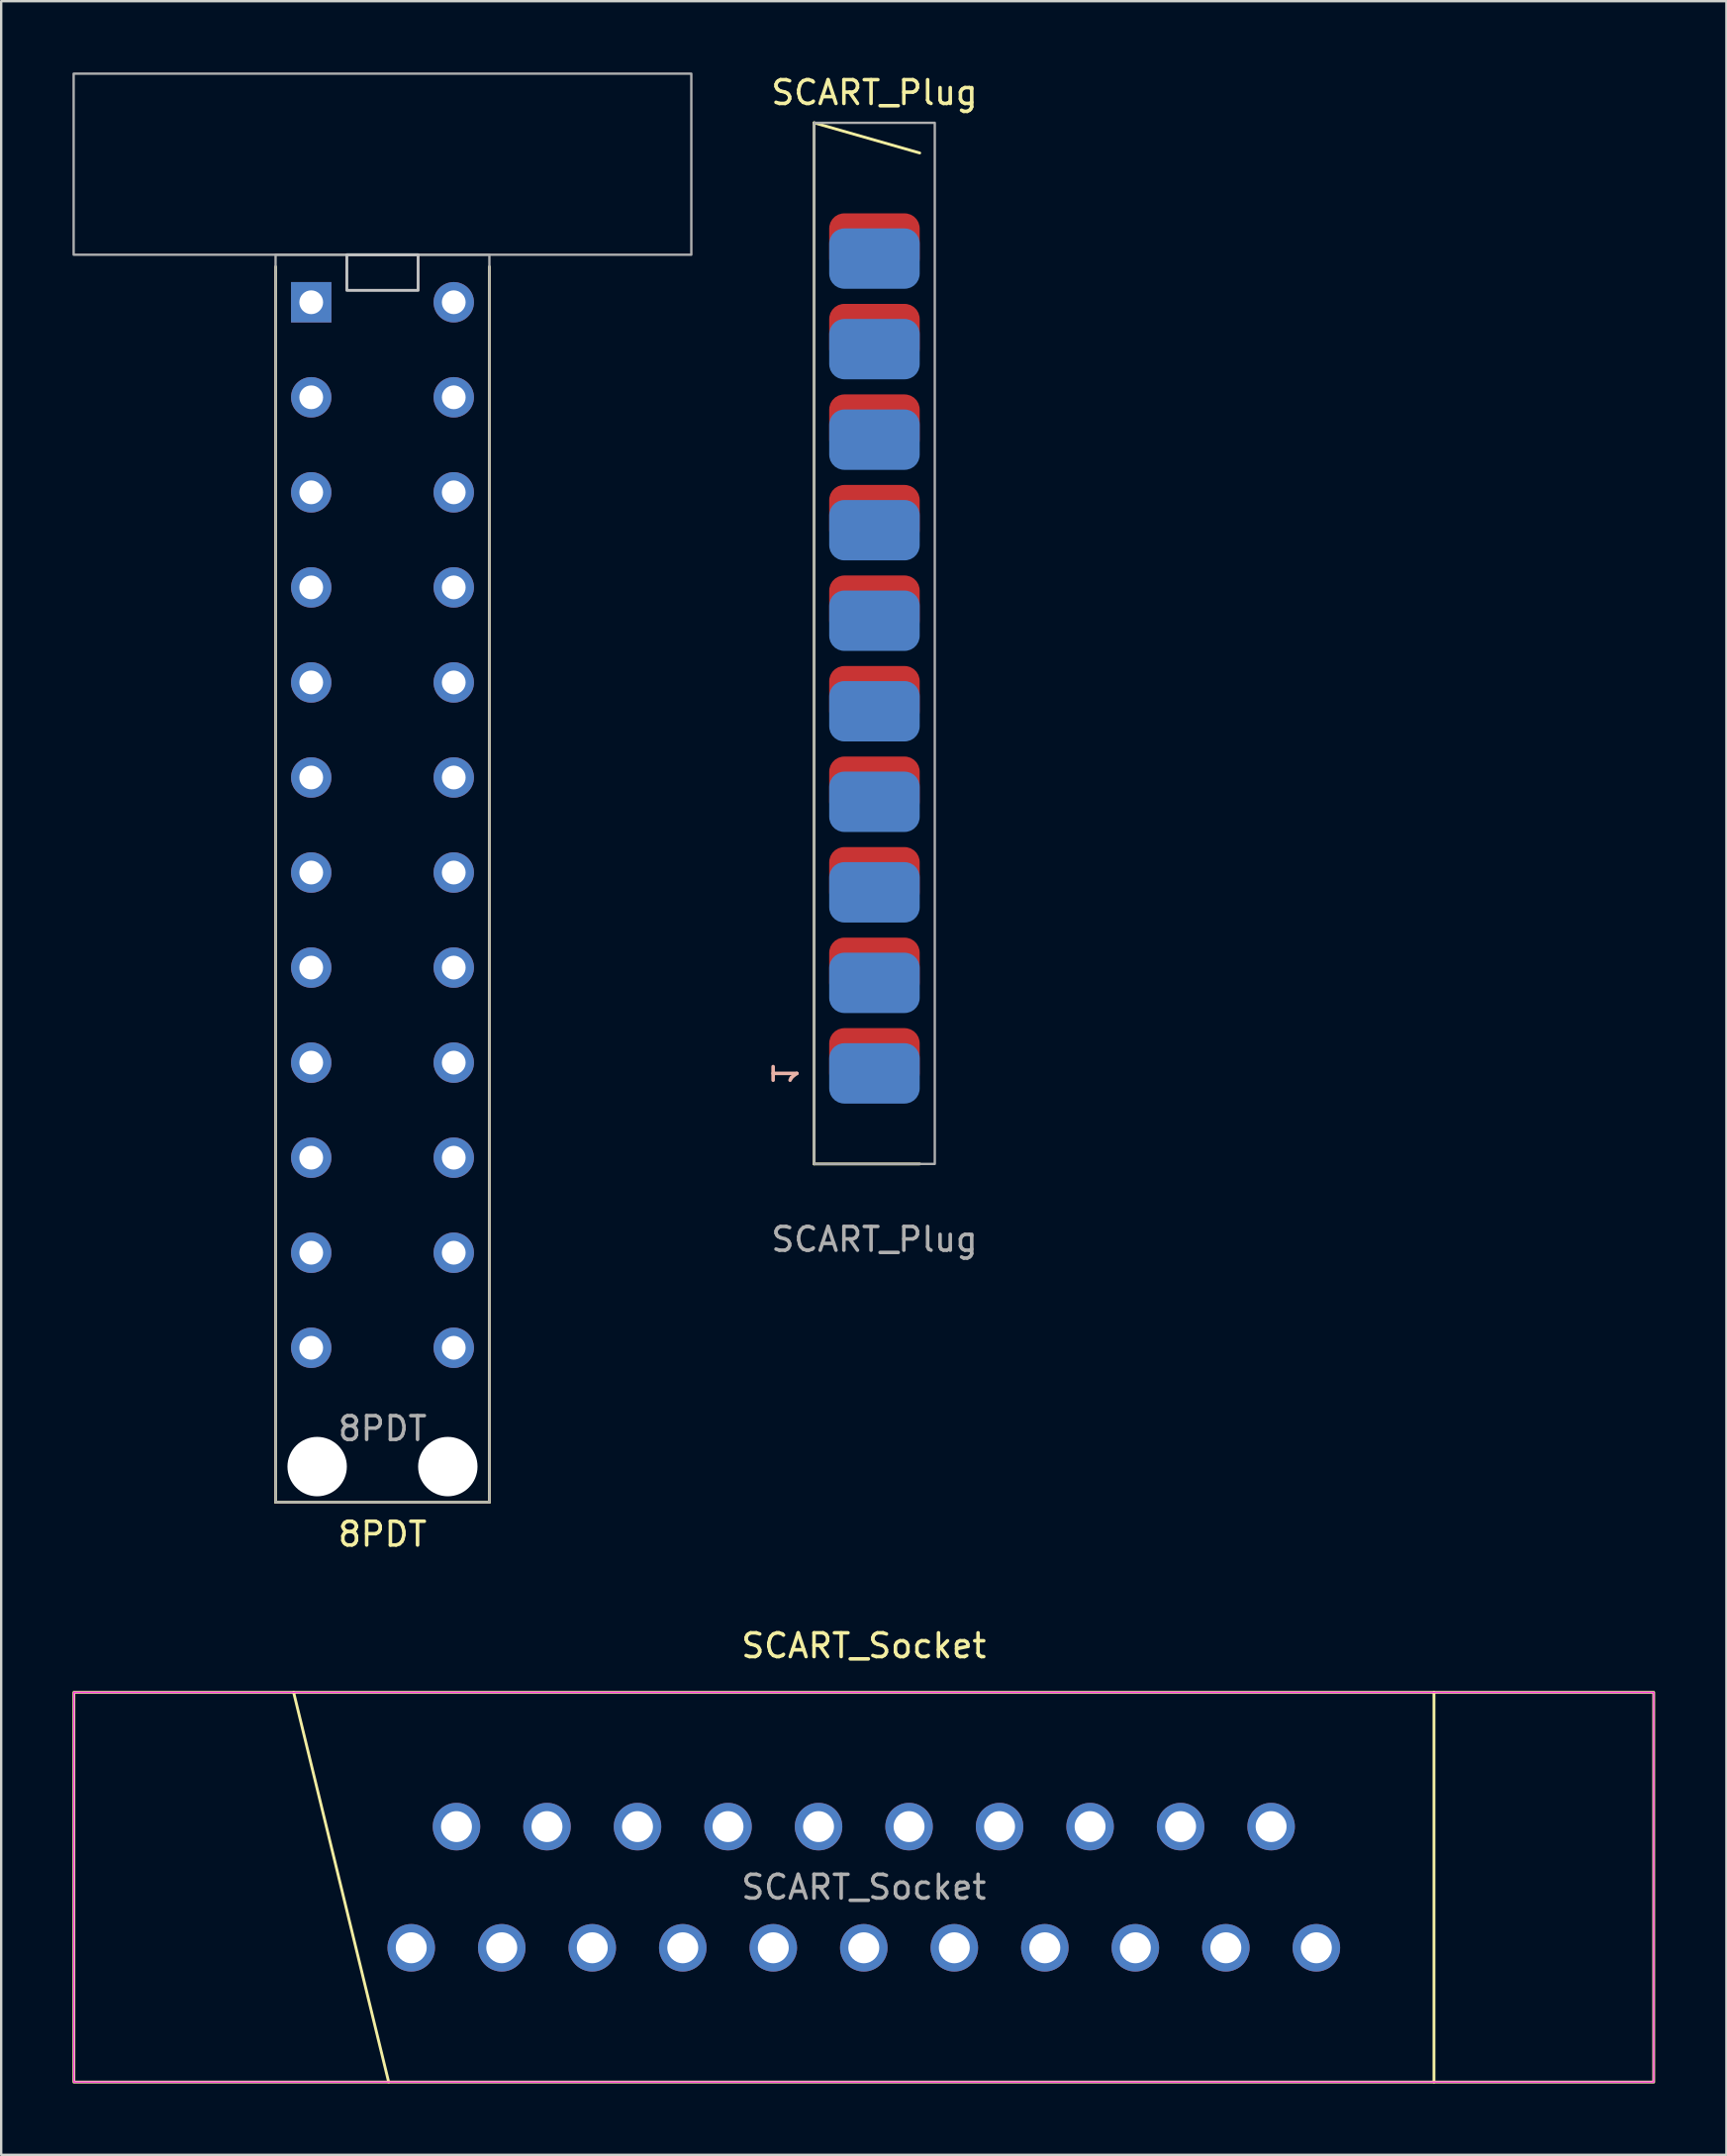
<source format=kicad_pcb>
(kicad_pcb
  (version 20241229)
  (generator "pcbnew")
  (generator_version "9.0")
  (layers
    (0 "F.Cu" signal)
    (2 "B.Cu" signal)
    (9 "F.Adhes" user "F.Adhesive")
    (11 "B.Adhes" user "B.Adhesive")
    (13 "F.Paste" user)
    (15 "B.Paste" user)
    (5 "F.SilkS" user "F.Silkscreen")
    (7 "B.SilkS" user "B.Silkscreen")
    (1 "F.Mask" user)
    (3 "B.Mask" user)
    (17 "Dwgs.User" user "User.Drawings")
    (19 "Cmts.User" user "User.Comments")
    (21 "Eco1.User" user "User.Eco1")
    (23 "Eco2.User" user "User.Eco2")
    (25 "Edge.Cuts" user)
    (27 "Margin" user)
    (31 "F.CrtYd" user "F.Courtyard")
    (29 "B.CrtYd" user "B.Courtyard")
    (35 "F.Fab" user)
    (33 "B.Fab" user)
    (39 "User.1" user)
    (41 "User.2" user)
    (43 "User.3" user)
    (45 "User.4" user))
  (footprint "SCART_Plug"
    (layer "F.Cu")
    (at 33.758 24.978)
    (property "Reference" "SCART_Plug" (at 0 -24.13 0) (unlocked yes) (layer "F.SilkS") (effects (font (size 1 1) (thickness 0.15))))
    (attr smd)
    (fp_line (start -2.54 -22.86) (end -2.54 20.955) (stroke (width 0.12) (type default)) (layer "F.SilkS"))
    (fp_line (start -2.54 -22.86) (end 1.905 -21.59) (stroke (width 0.12) (type default)) (layer "F.SilkS"))
    (fp_line (start -2.54 20.955) (end 1.905 20.955) (stroke (width 0.12) (type default)) (layer "F.SilkS"))
    (fp_rect (start -2.54 -22.86) (end 2.54 20.955) (stroke (width 0.1) (type default)) (fill no) (layer "F.Fab"))
    (fp_text user "1" (at -3.81 17.145 270) (unlocked yes) (layer "B.SilkS") (effects (font (size 1 1) (thickness 0.15)) (justify mirror)))
    (fp_text user "${REFERENCE}" (at 0 24.13 0) (unlocked yes) (layer "F.Fab") (effects (font (size 1 1) (thickness 0.15))))
    (pad "1" smd roundrect (at 0 17.145 270) (size 2.54 3.81) (layers "B.Cu" "B.Mask" "B.Paste") (roundrect_rratio 0.25))
    (pad "2" smd roundrect (at 0 16.51 270) (size 2.54 3.81) (layers "F.Cu" "F.Mask" "F.Paste") (roundrect_rratio 0.25))
    (pad "3" smd roundrect (at 0 13.335 270) (size 2.54 3.81) (layers "B.Cu" "B.Mask" "B.Paste") (roundrect_rratio 0.25))
    (pad "4" smd roundrect (at 0 12.7 270) (size 2.54 3.81) (layers "F.Cu" "F.Mask" "F.Paste") (roundrect_rratio 0.25))
    (pad "5" smd roundrect (at 0 9.525 270) (size 2.54 3.81) (layers "B.Cu" "B.Mask" "B.Paste") (roundrect_rratio 0.25))
    (pad "6" smd roundrect (at 0 8.89 270) (size 2.54 3.81) (layers "F.Cu" "F.Mask" "F.Paste") (roundrect_rratio 0.25))
    (pad "7" smd roundrect (at 0 5.715 270) (size 2.54 3.81) (layers "B.Cu" "B.Mask" "B.Paste") (roundrect_rratio 0.25))
    (pad "8" smd roundrect (at 0 5.08 270) (size 2.54 3.81) (layers "F.Cu" "F.Mask" "F.Paste") (roundrect_rratio 0.25))
    (pad "9" smd roundrect (at 0 1.905 270) (size 2.54 3.81) (layers "B.Cu" "B.Mask" "B.Paste") (roundrect_rratio 0.25))
    (pad "10" smd roundrect (at 0 1.27 270) (size 2.54 3.81) (layers "F.Cu" "F.Mask" "F.Paste") (roundrect_rratio 0.25))
    (pad "11" smd roundrect (at 0 -1.905 270) (size 2.54 3.81) (layers "B.Cu" "B.Mask" "B.Paste") (roundrect_rratio 0.25))
    (pad "12" smd roundrect (at 0 -2.54 270) (size 2.54 3.81) (layers "F.Cu" "F.Mask" "F.Paste") (roundrect_rratio 0.25))
    (pad "13" smd roundrect (at 0 -5.715 270) (size 2.54 3.81) (layers "B.Cu" "B.Mask" "B.Paste") (roundrect_rratio 0.25))
    (pad "14" smd roundrect (at 0 -6.35 270) (size 2.54 3.81) (layers "F.Cu" "F.Mask" "F.Paste") (roundrect_rratio 0.25))
    (pad "15" smd roundrect (at 0 -9.525 270) (size 2.54 3.81) (layers "B.Cu" "B.Mask" "B.Paste") (roundrect_rratio 0.25))
    (pad "16" smd roundrect (at 0 -10.16 270) (size 2.54 3.81) (layers "F.Cu" "F.Mask" "F.Paste") (roundrect_rratio 0.25))
    (pad "17" smd roundrect (at 0 -13.335 270) (size 2.54 3.81) (layers "B.Cu" "B.Mask" "B.Paste") (roundrect_rratio 0.25))
    (pad "18" smd roundrect (at 0 -13.97 270) (size 2.54 3.81) (layers "F.Cu" "F.Mask" "F.Paste") (roundrect_rratio 0.25))
    (pad "19" smd roundrect (at 0 -17.145 270) (size 2.54 3.81) (layers "B.Cu" "B.Mask" "B.Paste") (roundrect_rratio 0.25))
    (pad "20" smd roundrect (at 0 -17.78 270) (size 2.54 3.81) (layers "F.Cu" "F.Mask" "F.Paste") (roundrect_rratio 0.25)))
  (footprint "SCART_Socket"
    (layer "F.Cu")
    (at 33.31 76.371)
    (property "Reference" "SCART_Socket" (at 0 -10.16 0) (layer "F.SilkS") (effects (font (size 1 1) (thickness 0.15))))
    (attr through_hole)
    (fp_line (start -24 -8.2) (end -20 8.2) (stroke (width 0.12) (type default)) (layer "F.SilkS"))
    (fp_line (start 24 -8.2) (end 24 8.2) (stroke (width 0.12) (type default)) (layer "F.SilkS"))
    (fp_rect (start -33.25 -8.2) (end 33.25 8.2) (stroke (width 0.12) (type default)) (fill no) (layer "F.SilkS"))
    (fp_rect (start -33.25 -8.2) (end 33.25 8.2) (stroke (width 0.05) (type default)) (fill no) (layer "F.CrtYd"))
    (fp_text user "${REFERENCE}" (at 0 0 0) (layer "F.Fab") (effects (font (size 1 1) (thickness 0.15))))
    (pad "1" thru_hole oval (at 19.05 2.55) (size 2 2) (drill 1.3) (layers "*.Cu" "*.Mask"))
    (pad "2" thru_hole oval (at 17.145 -2.55) (size 2 2) (drill 1.3) (layers "*.Cu" "*.Mask"))
    (pad "3" thru_hole oval (at 15.24 2.55) (size 2 2) (drill 1.3) (layers "*.Cu" "*.Mask"))
    (pad "4" thru_hole oval (at 13.335 -2.55) (size 2 2) (drill 1.3) (layers "*.Cu" "*.Mask"))
    (pad "5" thru_hole oval (at 11.43 2.55) (size 2 2) (drill 1.3) (layers "*.Cu" "*.Mask"))
    (pad "6" thru_hole oval (at 9.525 -2.55) (size 2 2) (drill 1.3) (layers "*.Cu" "*.Mask"))
    (pad "7" thru_hole oval (at 7.62 2.55) (size 2 2) (drill 1.3) (layers "*.Cu" "*.Mask"))
    (pad "8" thru_hole oval (at 5.715 -2.55) (size 2 2) (drill 1.3) (layers "*.Cu" "*.Mask"))
    (pad "9" thru_hole oval (at 3.81 2.55) (size 2 2) (drill 1.3) (layers "*.Cu" "*.Mask"))
    (pad "10" thru_hole oval (at 1.905 -2.55) (size 2 2) (drill 1.3) (layers "*.Cu" "*.Mask"))
    (pad "11" thru_hole oval (at 0 2.55) (size 2 2) (drill 1.3) (layers "*.Cu" "*.Mask"))
    (pad "12" thru_hole oval (at -1.905 -2.55) (size 2 2) (drill 1.3) (layers "*.Cu" "*.Mask"))
    (pad "13" thru_hole oval (at -3.81 2.55) (size 2 2) (drill 1.3) (layers "*.Cu" "*.Mask"))
    (pad "14" thru_hole oval (at -5.715 -2.55) (size 2 2) (drill 1.3) (layers "*.Cu" "*.Mask"))
    (pad "15" thru_hole oval (at -7.62 2.55) (size 2 2) (drill 1.3) (layers "*.Cu" "*.Mask"))
    (pad "16" thru_hole oval (at -9.525 -2.55) (size 2 2) (drill 1.3) (layers "*.Cu" "*.Mask"))
    (pad "17" thru_hole oval (at -11.43 2.55) (size 2 2) (drill 1.3) (layers "*.Cu" "*.Mask"))
    (pad "18" thru_hole oval (at -13.335 -2.55) (size 2 2) (drill 1.3) (layers "*.Cu" "*.Mask"))
    (pad "19" thru_hole oval (at -15.24 2.55) (size 2 2) (drill 1.3) (layers "*.Cu" "*.Mask"))
    (pad "20" thru_hole oval (at -17.145 -2.55) (size 2 2) (drill 1.3) (layers "*.Cu" "*.Mask"))
    (pad "21" thru_hole oval (at -19.05 2.55) (size 2 2) (drill 1.3) (layers "*.Cu" "*.Mask")))
  (footprint "8PDT"
    (layer "F.Cu")
    (at 13.05 31.67)
    (property "Reference" "8PDT" (at 0 29.845 0) (layer "F.SilkS") (effects (font (size 1 1) (thickness 0.15))))
    (attr through_hole)
    (fp_line (start -4.5 -23.495) (end -4.5 28.5) (stroke (width 0.12) (type default)) (layer "F.SilkS"))
    (fp_line (start -4.5 28.5) (end 4.5 28.5) (stroke (width 0.12) (type default)) (layer "F.SilkS"))
    (fp_line (start 4.5 28.5) (end 4.5 -23.495) (stroke (width 0.12) (type default)) (layer "F.SilkS"))
    (fp_rect (start -1.5 -24) (end 1.5 -22.5) (stroke (width 0.12) (type solid)) (fill no) (layer "Dwgs.User"))
    (fp_rect (start -13 -31.62) (end 13 -24) (stroke (width 0.1) (type default)) (fill no) (layer "F.Fab"))
    (fp_rect (start -4.5 -24) (end 4.5 28.5) (stroke (width 0.1) (type default)) (fill no) (layer "F.Fab"))
    (fp_text user "${REFERENCE}" (at 0 25.4 0) (layer "F.Fab") (effects (font (size 1 1) (thickness 0.15))))
    (pad "" np_thru_hole circle (at -2.75 27) (size 2.5 2.5) (drill 2.5) (layers "*.Cu" "*.Mask"))
    (pad "" np_thru_hole circle (at 2.75 27) (size 2.5 2.5) (drill 2.5) (layers "*.Cu" "*.Mask"))
    (pad "1" thru_hole rect (at -3 -22) (size 1.7 1.7) (drill 1) (layers "*.Cu" "*.Mask"))
    (pad "2" thru_hole oval (at -3 -18) (size 1.7 1.7) (drill 1) (layers "*.Cu" "*.Mask"))
    (pad "3" thru_hole oval (at -3 -14) (size 1.7 1.7) (drill 1) (layers "*.Cu" "*.Mask"))
    (pad "4" thru_hole oval (at -3 -10) (size 1.7 1.7) (drill 1) (layers "*.Cu" "*.Mask"))
    (pad "5" thru_hole oval (at -3 -6) (size 1.7 1.7) (drill 1) (layers "*.Cu" "*.Mask"))
    (pad "6" thru_hole oval (at -3 -2) (size 1.7 1.7) (drill 1) (layers "*.Cu" "*.Mask"))
    (pad "7" thru_hole oval (at -3 2) (size 1.7 1.7) (drill 1) (layers "*.Cu" "*.Mask"))
    (pad "8" thru_hole oval (at -3 6) (size 1.7 1.7) (drill 1) (layers "*.Cu" "*.Mask"))
    (pad "9" thru_hole oval (at -3 10) (size 1.7 1.7) (drill 1) (layers "*.Cu" "*.Mask"))
    (pad "10" thru_hole oval (at -3 14) (size 1.7 1.7) (drill 1) (layers "*.Cu" "*.Mask"))
    (pad "11" thru_hole oval (at -3 18) (size 1.7 1.7) (drill 1) (layers "*.Cu" "*.Mask"))
    (pad "12" thru_hole oval (at -3 22) (size 1.7 1.7) (drill 1) (layers "*.Cu" "*.Mask"))
    (pad "13" thru_hole oval (at 3 -22) (size 1.7 1.7) (drill 1) (layers "*.Cu" "*.Mask"))
    (pad "14" thru_hole oval (at 3 -18) (size 1.7 1.7) (drill 1) (layers "*.Cu" "*.Mask"))
    (pad "15" thru_hole oval (at 3 -14) (size 1.7 1.7) (drill 1) (layers "*.Cu" "*.Mask"))
    (pad "16" thru_hole oval (at 3 -10) (size 1.7 1.7) (drill 1) (layers "*.Cu" "*.Mask"))
    (pad "17" thru_hole oval (at 3 -6) (size 1.7 1.7) (drill 1) (layers "*.Cu" "*.Mask"))
    (pad "18" thru_hole oval (at 3 -2) (size 1.7 1.7) (drill 1) (layers "*.Cu" "*.Mask"))
    (pad "19" thru_hole oval (at 3 2) (size 1.7 1.7) (drill 1) (layers "*.Cu" "*.Mask"))
    (pad "20" thru_hole oval (at 3 6) (size 1.7 1.7) (drill 1) (layers "*.Cu" "*.Mask"))
    (pad "21" thru_hole oval (at 3 10) (size 1.7 1.7) (drill 1) (layers "*.Cu" "*.Mask"))
    (pad "22" thru_hole oval (at 3 14) (size 1.7 1.7) (drill 1) (layers "*.Cu" "*.Mask"))
    (pad "23" thru_hole oval (at 3 18) (size 1.7 1.7) (drill 1) (layers "*.Cu" "*.Mask"))
    (pad "24" thru_hole oval (at 3 22) (size 1.7 1.7) (drill 1) (layers "*.Cu" "*.Mask")))
  (gr_rect
    (start -3 -3)
    (end 69.62 87.632)
    (stroke (width 0.1) (type default))
    (fill no)
    (layer "Edge.Cuts")))
</source>
